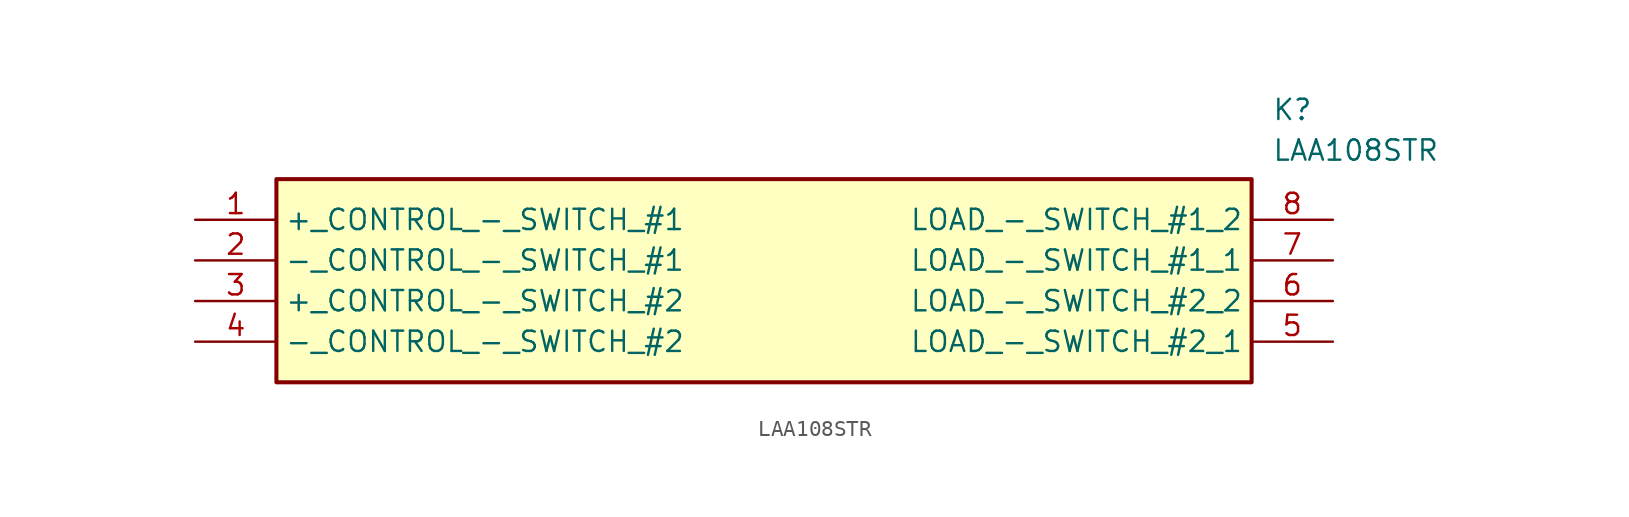
<source format=kicad_sym>
(kicad_symbol_lib
  (version 20211014)
  (generator SamacSys_ECAD_Model)
  (symbol "LAA108STR"
    (property "Reference" "K"
      (at 67.31 7.62 0)
      (effects (font (size 1.27 1.27)) (justify left top)))
    (property "Value" "LAA108STR"
      (at 67.31 5.08 0)
      (effects (font (size 1.27 1.27)) (justify left top)))
    (rectangle
      (start 5.08 2.54)
      (end 66.04 -10.16)
      (stroke (width 0.254) (type default))
      (fill (type background)))
    (pin passive line
      (at 0 0 0)
      (length 5.08)
      (name "+_CONTROL_-_SWITCH_#1" (effects (font (size 1.27 1.27))))
      (number "1" (effects (font (size 1.27 1.27)))))
    (pin passive line
      (at 0 -2.54 0)
      (length 5.08)
      (name "-_CONTROL_-_SWITCH_#1" (effects (font (size 1.27 1.27))))
      (number "2" (effects (font (size 1.27 1.27)))))
    (pin passive line
      (at 0 -5.08 0)
      (length 5.08)
      (name "+_CONTROL_-_SWITCH_#2" (effects (font (size 1.27 1.27))))
      (number "3" (effects (font (size 1.27 1.27)))))
    (pin passive line
      (at 0 -7.62 0)
      (length 5.08)
      (name "-_CONTROL_-_SWITCH_#2" (effects (font (size 1.27 1.27))))
      (number "4" (effects (font (size 1.27 1.27)))))
    (pin passive line
      (at 71.12 0 180)
      (length 5.08)
      (name "LOAD_-_SWITCH_#1_2" (effects (font (size 1.27 1.27))))
      (number "8" (effects (font (size 1.27 1.27)))))
    (pin passive line
      (at 71.12 -2.54 180)
      (length 5.08)
      (name "LOAD_-_SWITCH_#1_1" (effects (font (size 1.27 1.27))))
      (number "7" (effects (font (size 1.27 1.27)))))
    (pin passive line
      (at 71.12 -5.08 180)
      (length 5.08)
      (name "LOAD_-_SWITCH_#2_2" (effects (font (size 1.27 1.27))))
      (number "6" (effects (font (size 1.27 1.27)))))
    (pin passive line
      (at 71.12 -7.62 180)
      (length 5.08)
      (name "LOAD_-_SWITCH_#2_1" (effects (font (size 1.27 1.27))))
      (number "5" (effects (font (size 1.27 1.27)))))))
</source>
